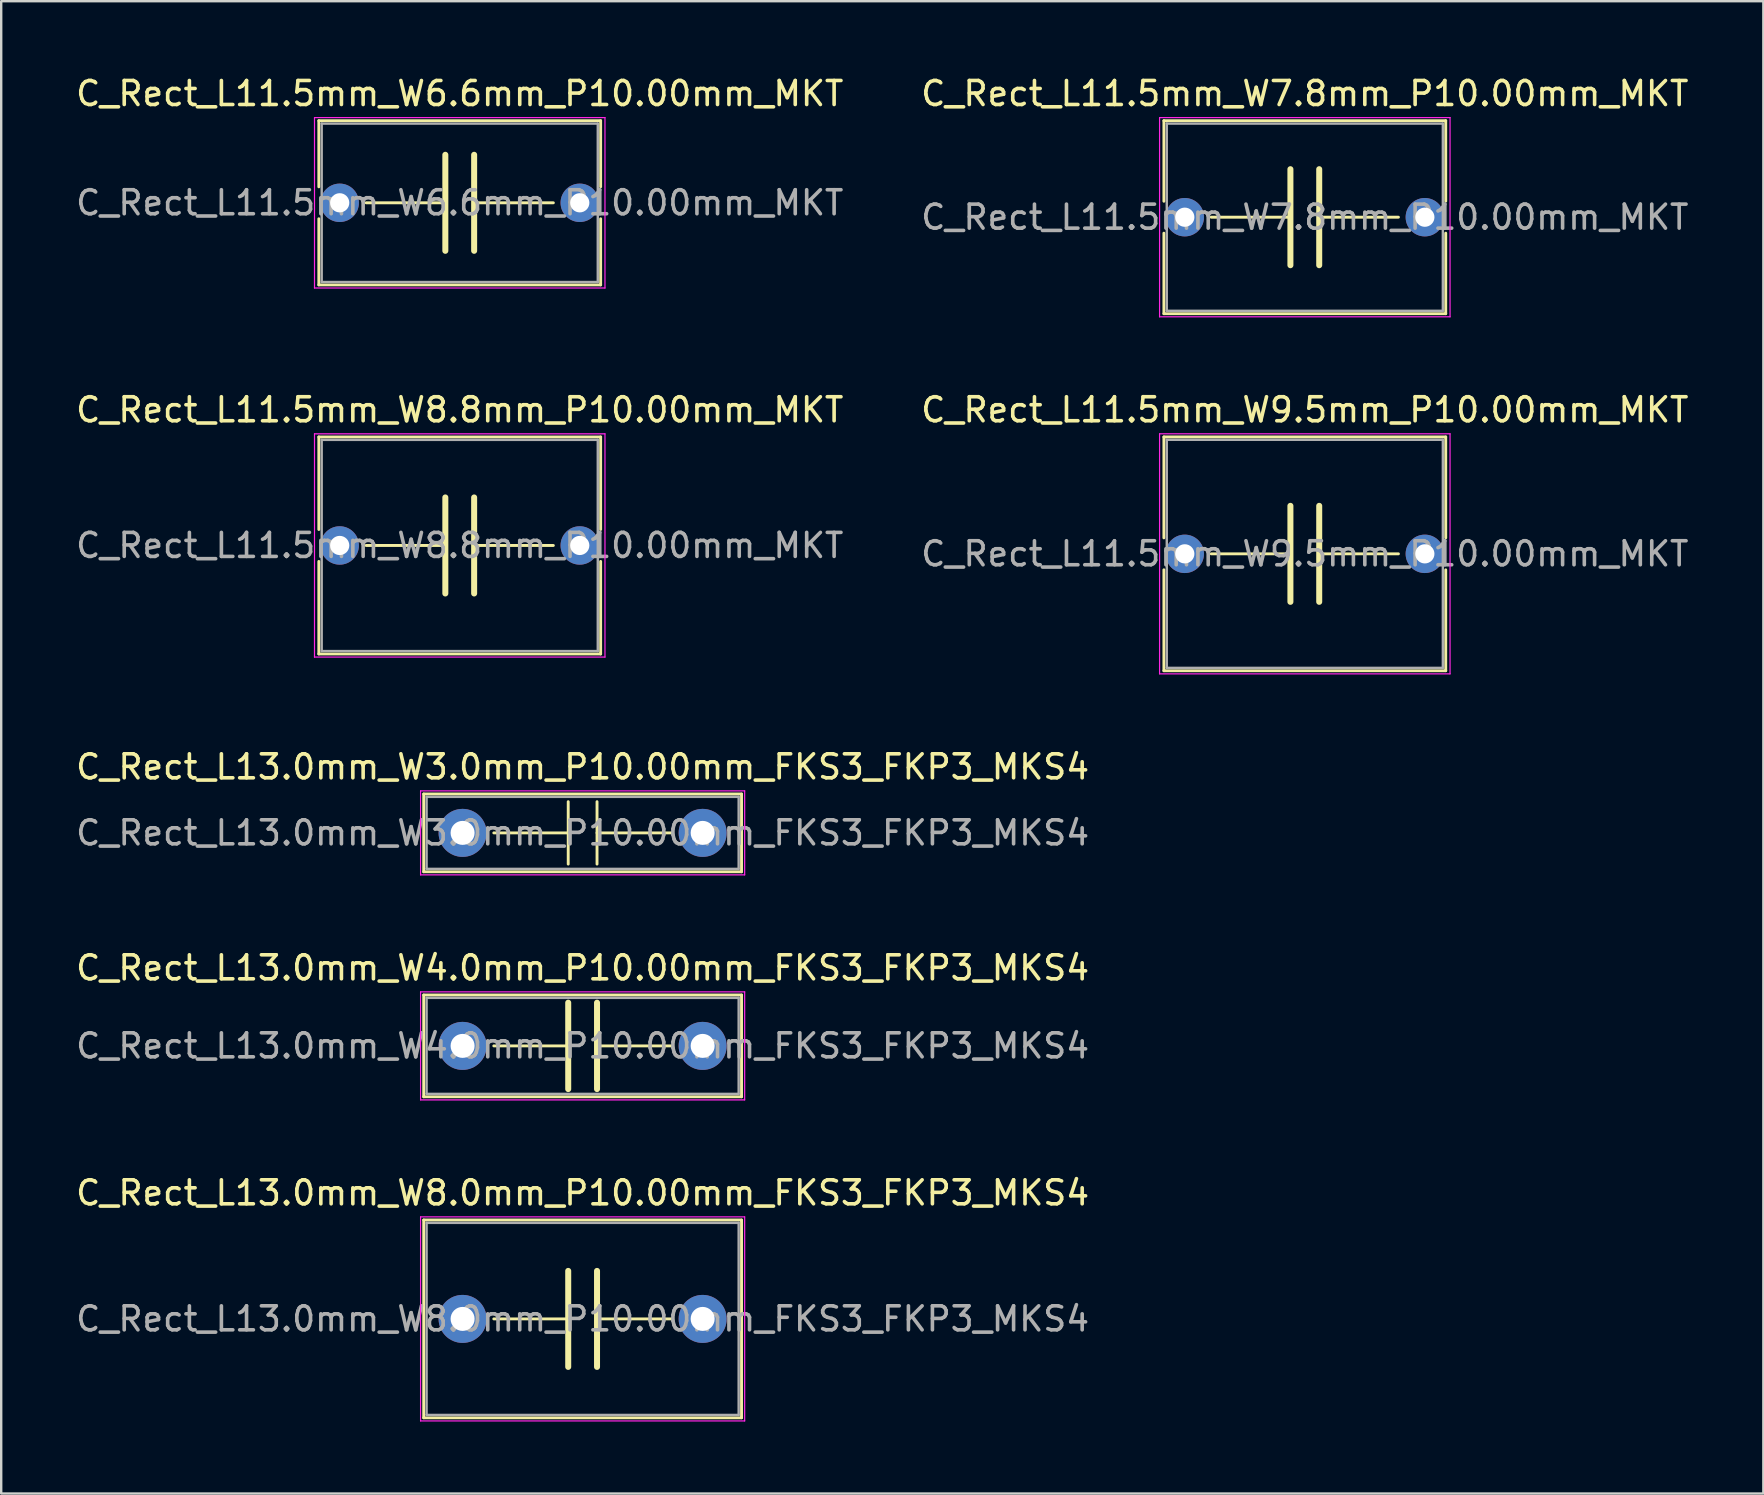
<source format=kicad_pcb>
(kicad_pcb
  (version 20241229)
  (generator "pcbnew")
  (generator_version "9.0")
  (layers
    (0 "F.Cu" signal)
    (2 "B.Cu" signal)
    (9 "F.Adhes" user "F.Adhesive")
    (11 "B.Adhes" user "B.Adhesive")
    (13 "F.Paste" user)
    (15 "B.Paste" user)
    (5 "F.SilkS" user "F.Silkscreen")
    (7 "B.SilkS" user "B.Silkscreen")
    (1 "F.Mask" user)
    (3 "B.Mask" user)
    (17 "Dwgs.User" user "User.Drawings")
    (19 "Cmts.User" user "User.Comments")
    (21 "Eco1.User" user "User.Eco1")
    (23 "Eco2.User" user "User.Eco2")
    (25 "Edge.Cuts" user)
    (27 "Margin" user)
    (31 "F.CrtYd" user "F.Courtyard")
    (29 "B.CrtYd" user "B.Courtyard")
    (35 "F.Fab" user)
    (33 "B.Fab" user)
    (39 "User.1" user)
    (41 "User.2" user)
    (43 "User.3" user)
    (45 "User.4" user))
  (footprint "C_Rect_L11.5mm_W9.5mm_P10.00mm_MKT"
    (layer "F.Cu")
    (at 46.304 20.021)
    (property "Reference" "C_Rect_L11.5mm_W9.5mm_P10.00mm_MKT" (at 5 -6 0) (layer "F.SilkS") (effects (font (size 1 1) (thickness 0.15))))
    (attr through_hole)
    (fp_line (start -0.87 -4.87) (end -0.87 -0.665) (stroke (width 0.12) (type solid)) (layer "F.SilkS"))
    (fp_line (start -0.87 -4.87) (end 10.87 -4.87) (stroke (width 0.12) (type solid)) (layer "F.SilkS"))
    (fp_line (start -0.87 0.665) (end -0.87 4.87) (stroke (width 0.12) (type solid)) (layer "F.SilkS"))
    (fp_line (start -0.87 4.87) (end 10.87 4.87) (stroke (width 0.12) (type solid)) (layer "F.SilkS"))
    (fp_line (start 1.1 0) (end 4.4 0) (stroke (width 0.12) (type solid)) (layer "F.SilkS"))
    (fp_line (start 4.4 2) (end 4.4 -2) (stroke (width 0.25) (type solid)) (layer "F.SilkS"))
    (fp_line (start 5.6 2) (end 5.6 -2) (stroke (width 0.25) (type solid)) (layer "F.SilkS"))
    (fp_line (start 8.9 0) (end 5.6 0) (stroke (width 0.12) (type solid)) (layer "F.SilkS"))
    (fp_line (start 10.87 -4.87) (end 10.87 -0.665) (stroke (width 0.12) (type solid)) (layer "F.SilkS"))
    (fp_line (start 10.87 0.665) (end 10.87 4.87) (stroke (width 0.12) (type solid)) (layer "F.SilkS"))
    (fp_line (start -1.05 -5) (end -1.05 5) (stroke (width 0.05) (type solid)) (layer "F.CrtYd"))
    (fp_line (start -1.05 5) (end 11.05 5) (stroke (width 0.05) (type solid)) (layer "F.CrtYd"))
    (fp_line (start 11.05 -5) (end -1.05 -5) (stroke (width 0.05) (type solid)) (layer "F.CrtYd"))
    (fp_line (start 11.05 5) (end 11.05 -5) (stroke (width 0.05) (type solid)) (layer "F.CrtYd"))
    (fp_line (start -0.75 -4.75) (end -0.75 4.75) (stroke (width 0.1) (type solid)) (layer "F.Fab"))
    (fp_line (start -0.75 4.75) (end 10.75 4.75) (stroke (width 0.1) (type solid)) (layer "F.Fab"))
    (fp_line (start 10.75 -4.75) (end -0.75 -4.75) (stroke (width 0.1) (type solid)) (layer "F.Fab"))
    (fp_line (start 10.75 4.75) (end 10.75 -4.75) (stroke (width 0.1) (type solid)) (layer "F.Fab"))
    (fp_text user "${REFERENCE}" (at 5 0 0) (layer "F.Fab") (effects (font (size 1 1) (thickness 0.15))))
    (pad "1" thru_hole circle (at 0 0) (size 1.6 1.6) (drill 0.8) (layers "*.Cu" "*.Mask"))
    (pad "2" thru_hole circle (at 10 0) (size 1.6 1.6) (drill 0.8) (layers "*.Cu" "*.Mask")))
  (footprint "C_Rect_L11.5mm_W8.8mm_P10.00mm_MKT"
    (layer "F.Cu")
    (at 11.101 19.672)
    (property "Reference" "C_Rect_L11.5mm_W8.8mm_P10.00mm_MKT" (at 5 -5.65 0) (layer "F.SilkS") (effects (font (size 1 1) (thickness 0.15))))
    (attr through_hole)
    (fp_line (start -0.87 -4.52) (end -0.87 -0.665) (stroke (width 0.12) (type solid)) (layer "F.SilkS"))
    (fp_line (start -0.87 -4.52) (end 10.87 -4.52) (stroke (width 0.12) (type solid)) (layer "F.SilkS"))
    (fp_line (start -0.87 0.665) (end -0.87 4.52) (stroke (width 0.12) (type solid)) (layer "F.SilkS"))
    (fp_line (start -0.87 4.52) (end 10.87 4.52) (stroke (width 0.12) (type solid)) (layer "F.SilkS"))
    (fp_line (start 1.1 0) (end 4.4 0) (stroke (width 0.12) (type solid)) (layer "F.SilkS"))
    (fp_line (start 4.4 2) (end 4.4 -2) (stroke (width 0.25) (type solid)) (layer "F.SilkS"))
    (fp_line (start 5.6 2) (end 5.6 -2) (stroke (width 0.25) (type solid)) (layer "F.SilkS"))
    (fp_line (start 8.9 0) (end 5.6 0) (stroke (width 0.12) (type solid)) (layer "F.SilkS"))
    (fp_line (start 10.87 -4.52) (end 10.87 -0.665) (stroke (width 0.12) (type solid)) (layer "F.SilkS"))
    (fp_line (start 10.87 0.665) (end 10.87 4.52) (stroke (width 0.12) (type solid)) (layer "F.SilkS"))
    (fp_line (start -1.05 -4.65) (end -1.05 4.65) (stroke (width 0.05) (type solid)) (layer "F.CrtYd"))
    (fp_line (start -1.05 4.65) (end 11.05 4.65) (stroke (width 0.05) (type solid)) (layer "F.CrtYd"))
    (fp_line (start 11.05 -4.65) (end -1.05 -4.65) (stroke (width 0.05) (type solid)) (layer "F.CrtYd"))
    (fp_line (start 11.05 4.65) (end 11.05 -4.65) (stroke (width 0.05) (type solid)) (layer "F.CrtYd"))
    (fp_line (start -0.75 -4.4) (end -0.75 4.4) (stroke (width 0.1) (type solid)) (layer "F.Fab"))
    (fp_line (start -0.75 4.4) (end 10.75 4.4) (stroke (width 0.1) (type solid)) (layer "F.Fab"))
    (fp_line (start 10.75 -4.4) (end -0.75 -4.4) (stroke (width 0.1) (type solid)) (layer "F.Fab"))
    (fp_line (start 10.75 4.4) (end 10.75 -4.4) (stroke (width 0.1) (type solid)) (layer "F.Fab"))
    (fp_text user "${REFERENCE}" (at 5 0 0) (layer "F.Fab") (effects (font (size 1 1) (thickness 0.15))))
    (pad "1" thru_hole circle (at 0 0) (size 1.6 1.6) (drill 0.8) (layers "*.Cu" "*.Mask"))
    (pad "2" thru_hole circle (at 10 0) (size 1.6 1.6) (drill 0.8) (layers "*.Cu" "*.Mask")))
  (footprint "C_Rect_L11.5mm_W7.8mm_P10.00mm_MKT"
    (layer "F.Cu")
    (at 46.304 5.998)
    (property "Reference" "C_Rect_L11.5mm_W7.8mm_P10.00mm_MKT" (at 5 -5.15 0) (layer "F.SilkS") (effects (font (size 1 1) (thickness 0.15))))
    (attr through_hole)
    (fp_line (start -0.87 -4.02) (end -0.87 -0.665) (stroke (width 0.12) (type solid)) (layer "F.SilkS"))
    (fp_line (start -0.87 -4.02) (end 10.87 -4.02) (stroke (width 0.12) (type solid)) (layer "F.SilkS"))
    (fp_line (start -0.87 0.665) (end -0.87 4.02) (stroke (width 0.12) (type solid)) (layer "F.SilkS"))
    (fp_line (start -0.87 4.02) (end 10.87 4.02) (stroke (width 0.12) (type solid)) (layer "F.SilkS"))
    (fp_line (start 1.1 0) (end 4.4 0) (stroke (width 0.12) (type solid)) (layer "F.SilkS"))
    (fp_line (start 4.4 2) (end 4.4 -2) (stroke (width 0.25) (type solid)) (layer "F.SilkS"))
    (fp_line (start 5.6 2) (end 5.6 -2) (stroke (width 0.25) (type solid)) (layer "F.SilkS"))
    (fp_line (start 8.9 0) (end 5.6 0) (stroke (width 0.12) (type solid)) (layer "F.SilkS"))
    (fp_line (start 10.87 -4.02) (end 10.87 -0.665) (stroke (width 0.12) (type solid)) (layer "F.SilkS"))
    (fp_line (start 10.87 0.665) (end 10.87 4.02) (stroke (width 0.12) (type solid)) (layer "F.SilkS"))
    (fp_line (start -1.05 -4.15) (end -1.05 4.15) (stroke (width 0.05) (type solid)) (layer "F.CrtYd"))
    (fp_line (start -1.05 4.15) (end 11.05 4.15) (stroke (width 0.05) (type solid)) (layer "F.CrtYd"))
    (fp_line (start 11.05 -4.15) (end -1.05 -4.15) (stroke (width 0.05) (type solid)) (layer "F.CrtYd"))
    (fp_line (start 11.05 4.15) (end 11.05 -4.15) (stroke (width 0.05) (type solid)) (layer "F.CrtYd"))
    (fp_line (start -0.75 -3.9) (end -0.75 3.9) (stroke (width 0.1) (type solid)) (layer "F.Fab"))
    (fp_line (start -0.75 3.9) (end 10.75 3.9) (stroke (width 0.1) (type solid)) (layer "F.Fab"))
    (fp_line (start 10.75 -3.9) (end -0.75 -3.9) (stroke (width 0.1) (type solid)) (layer "F.Fab"))
    (fp_line (start 10.75 3.9) (end 10.75 -3.9) (stroke (width 0.1) (type solid)) (layer "F.Fab"))
    (fp_text user "${REFERENCE}" (at 5 0 0) (layer "F.Fab") (effects (font (size 1 1) (thickness 0.15))))
    (pad "1" thru_hole circle (at 0 0) (size 1.6 1.6) (drill 0.8) (layers "*.Cu" "*.Mask"))
    (pad "2" thru_hole circle (at 10 0) (size 1.6 1.6) (drill 0.8) (layers "*.Cu" "*.Mask")))
  (footprint "C_Rect_L13.0mm_W3.0mm_P10.00mm_FKS3_FKP3_MKS4"
    (layer "F.Cu")
    (at 16.22 31.645)
    (property "Reference" "C_Rect_L13.0mm_W3.0mm_P10.00mm_FKS3_FKP3_MKS4" (at 5 -2.75 0) (layer "F.SilkS") (effects (font (size 1 1) (thickness 0.15))))
    (attr through_hole)
    (fp_line (start -1.62 -1.62) (end -1.62 1.62) (stroke (width 0.12) (type solid)) (layer "F.SilkS"))
    (fp_line (start -1.62 -1.62) (end 11.62 -1.62) (stroke (width 0.12) (type solid)) (layer "F.SilkS"))
    (fp_line (start -1.62 1.62) (end 11.62 1.62) (stroke (width 0.12) (type solid)) (layer "F.SilkS"))
    (fp_line (start 1.3 0) (end 4.4 0) (stroke (width 0.12) (type solid)) (layer "F.SilkS"))
    (fp_line (start 4.4 1.3) (end 4.4 -1.3) (stroke (width 0.12) (type solid)) (layer "F.SilkS"))
    (fp_line (start 5.6 1.3) (end 5.6 -1.3) (stroke (width 0.12) (type solid)) (layer "F.SilkS"))
    (fp_line (start 8.7 0) (end 5.6 0) (stroke (width 0.12) (type solid)) (layer "F.SilkS"))
    (fp_line (start 11.62 -1.62) (end 11.62 1.62) (stroke (width 0.12) (type solid)) (layer "F.SilkS"))
    (fp_line (start -1.75 -1.75) (end -1.75 1.75) (stroke (width 0.05) (type solid)) (layer "F.CrtYd"))
    (fp_line (start -1.75 1.75) (end 11.75 1.75) (stroke (width 0.05) (type solid)) (layer "F.CrtYd"))
    (fp_line (start 11.75 -1.75) (end -1.75 -1.75) (stroke (width 0.05) (type solid)) (layer "F.CrtYd"))
    (fp_line (start 11.75 1.75) (end 11.75 -1.75) (stroke (width 0.05) (type solid)) (layer "F.CrtYd"))
    (fp_line (start -1.5 -1.5) (end -1.5 1.5) (stroke (width 0.1) (type solid)) (layer "F.Fab"))
    (fp_line (start -1.5 1.5) (end 11.5 1.5) (stroke (width 0.1) (type solid)) (layer "F.Fab"))
    (fp_line (start 11.5 -1.5) (end -1.5 -1.5) (stroke (width 0.1) (type solid)) (layer "F.Fab"))
    (fp_line (start 11.5 1.5) (end 11.5 -1.5) (stroke (width 0.1) (type solid)) (layer "F.Fab"))
    (fp_text user "${REFERENCE}" (at 5 0 0) (layer "F.Fab") (effects (font (size 1 1) (thickness 0.15))))
    (pad "1" thru_hole circle (at 0 0) (size 2 2) (drill 1) (layers "*.Cu" "*.Mask"))
    (pad "2" thru_hole circle (at 10 0) (size 2 2) (drill 1) (layers "*.Cu" "*.Mask")))
  (footprint "C_Rect_L13.0mm_W8.0mm_P10.00mm_FKS3_FKP3_MKS4"
    (layer "F.Cu")
    (at 16.22 51.891)
    (property "Reference" "C_Rect_L13.0mm_W8.0mm_P10.00mm_FKS3_FKP3_MKS4" (at 5 -5.25 0) (layer "F.SilkS") (effects (font (size 1 1) (thickness 0.15))))
    (attr through_hole)
    (fp_line (start -1.62 -4.12) (end -1.62 4.12) (stroke (width 0.12) (type solid)) (layer "F.SilkS"))
    (fp_line (start -1.62 -4.12) (end 11.62 -4.12) (stroke (width 0.12) (type solid)) (layer "F.SilkS"))
    (fp_line (start -1.62 4.12) (end 11.62 4.12) (stroke (width 0.12) (type solid)) (layer "F.SilkS"))
    (fp_line (start 1.3 0) (end 4.4 0) (stroke (width 0.12) (type solid)) (layer "F.SilkS"))
    (fp_line (start 4.4 2) (end 4.4 -2) (stroke (width 0.25) (type solid)) (layer "F.SilkS"))
    (fp_line (start 5.6 2) (end 5.6 -2) (stroke (width 0.25) (type solid)) (layer "F.SilkS"))
    (fp_line (start 8.7 0) (end 5.6 0) (stroke (width 0.12) (type solid)) (layer "F.SilkS"))
    (fp_line (start 11.62 -4.12) (end 11.62 4.12) (stroke (width 0.12) (type solid)) (layer "F.SilkS"))
    (fp_line (start -1.75 -4.25) (end -1.75 4.25) (stroke (width 0.05) (type solid)) (layer "F.CrtYd"))
    (fp_line (start -1.75 4.25) (end 11.75 4.25) (stroke (width 0.05) (type solid)) (layer "F.CrtYd"))
    (fp_line (start 11.75 -4.25) (end -1.75 -4.25) (stroke (width 0.05) (type solid)) (layer "F.CrtYd"))
    (fp_line (start 11.75 4.25) (end 11.75 -4.25) (stroke (width 0.05) (type solid)) (layer "F.CrtYd"))
    (fp_line (start -1.5 -4) (end -1.5 4) (stroke (width 0.1) (type solid)) (layer "F.Fab"))
    (fp_line (start -1.5 4) (end 11.5 4) (stroke (width 0.1) (type solid)) (layer "F.Fab"))
    (fp_line (start 11.5 -4) (end -1.5 -4) (stroke (width 0.1) (type solid)) (layer "F.Fab"))
    (fp_line (start 11.5 4) (end 11.5 -4) (stroke (width 0.1) (type solid)) (layer "F.Fab"))
    (fp_text user "${REFERENCE}" (at 5 0 0) (layer "F.Fab") (effects (font (size 1 1) (thickness 0.15))))
    (pad "1" thru_hole circle (at 0 0) (size 2 2) (drill 1) (layers "*.Cu" "*.Mask"))
    (pad "2" thru_hole circle (at 10 0) (size 2 2) (drill 1) (layers "*.Cu" "*.Mask")))
  (footprint "C_Rect_L13.0mm_W4.0mm_P10.00mm_FKS3_FKP3_MKS4"
    (layer "F.Cu")
    (at 16.22 40.518)
    (property "Reference" "C_Rect_L13.0mm_W4.0mm_P10.00mm_FKS3_FKP3_MKS4" (at 5 -3.25 0) (layer "F.SilkS") (effects (font (size 1 1) (thickness 0.15))))
    (attr through_hole)
    (fp_line (start -1.62 -2.12) (end -1.62 2.12) (stroke (width 0.12) (type solid)) (layer "F.SilkS"))
    (fp_line (start -1.62 -2.12) (end 11.62 -2.12) (stroke (width 0.12) (type solid)) (layer "F.SilkS"))
    (fp_line (start -1.62 2.12) (end 11.62 2.12) (stroke (width 0.12) (type solid)) (layer "F.SilkS"))
    (fp_line (start 1.3 0) (end 4.4 0) (stroke (width 0.12) (type solid)) (layer "F.SilkS"))
    (fp_line (start 4.4 1.8) (end 4.4 -1.8) (stroke (width 0.25) (type solid)) (layer "F.SilkS"))
    (fp_line (start 5.6 1.8) (end 5.6 -1.8) (stroke (width 0.25) (type solid)) (layer "F.SilkS"))
    (fp_line (start 8.7 0) (end 5.6 0) (stroke (width 0.12) (type solid)) (layer "F.SilkS"))
    (fp_line (start 11.62 -2.12) (end 11.62 2.12) (stroke (width 0.12) (type solid)) (layer "F.SilkS"))
    (fp_line (start -1.75 -2.25) (end -1.75 2.25) (stroke (width 0.05) (type solid)) (layer "F.CrtYd"))
    (fp_line (start -1.75 2.25) (end 11.75 2.25) (stroke (width 0.05) (type solid)) (layer "F.CrtYd"))
    (fp_line (start 11.75 -2.25) (end -1.75 -2.25) (stroke (width 0.05) (type solid)) (layer "F.CrtYd"))
    (fp_line (start 11.75 2.25) (end 11.75 -2.25) (stroke (width 0.05) (type solid)) (layer "F.CrtYd"))
    (fp_line (start -1.5 -2) (end -1.5 2) (stroke (width 0.1) (type solid)) (layer "F.Fab"))
    (fp_line (start -1.5 2) (end 11.5 2) (stroke (width 0.1) (type solid)) (layer "F.Fab"))
    (fp_line (start 11.5 -2) (end -1.5 -2) (stroke (width 0.1) (type solid)) (layer "F.Fab"))
    (fp_line (start 11.5 2) (end 11.5 -2) (stroke (width 0.1) (type solid)) (layer "F.Fab"))
    (fp_text user "${REFERENCE}" (at 5 0 0) (layer "F.Fab") (effects (font (size 1 1) (thickness 0.15))))
    (pad "1" thru_hole circle (at 0 0) (size 2 2) (drill 1) (layers "*.Cu" "*.Mask"))
    (pad "2" thru_hole circle (at 10 0) (size 2 2) (drill 1) (layers "*.Cu" "*.Mask")))
  (footprint "C_Rect_L11.5mm_W6.6mm_P10.00mm_MKT"
    (layer "F.Cu")
    (at 11.101 5.398)
    (property "Reference" "C_Rect_L11.5mm_W6.6mm_P10.00mm_MKT" (at 5 -4.55 0) (layer "F.SilkS") (effects (font (size 1 1) (thickness 0.15))))
    (attr through_hole)
    (fp_line (start -0.87 -3.42) (end -0.87 -0.665) (stroke (width 0.12) (type solid)) (layer "F.SilkS"))
    (fp_line (start -0.87 -3.42) (end 10.87 -3.42) (stroke (width 0.12) (type solid)) (layer "F.SilkS"))
    (fp_line (start -0.87 0.665) (end -0.87 3.42) (stroke (width 0.12) (type solid)) (layer "F.SilkS"))
    (fp_line (start -0.87 3.42) (end 10.87 3.42) (stroke (width 0.12) (type solid)) (layer "F.SilkS"))
    (fp_line (start 1.1 0) (end 4.4 0) (stroke (width 0.12) (type solid)) (layer "F.SilkS"))
    (fp_line (start 4.4 2) (end 4.4 -2) (stroke (width 0.25) (type solid)) (layer "F.SilkS"))
    (fp_line (start 5.6 2) (end 5.6 -2) (stroke (width 0.25) (type solid)) (layer "F.SilkS"))
    (fp_line (start 8.9 0) (end 5.6 0) (stroke (width 0.12) (type solid)) (layer "F.SilkS"))
    (fp_line (start 10.87 -3.42) (end 10.87 -0.665) (stroke (width 0.12) (type solid)) (layer "F.SilkS"))
    (fp_line (start 10.87 0.665) (end 10.87 3.42) (stroke (width 0.12) (type solid)) (layer "F.SilkS"))
    (fp_line (start -1.05 -3.55) (end -1.05 3.55) (stroke (width 0.05) (type solid)) (layer "F.CrtYd"))
    (fp_line (start -1.05 3.55) (end 11.05 3.55) (stroke (width 0.05) (type solid)) (layer "F.CrtYd"))
    (fp_line (start 11.05 -3.55) (end -1.05 -3.55) (stroke (width 0.05) (type solid)) (layer "F.CrtYd"))
    (fp_line (start 11.05 3.55) (end 11.05 -3.55) (stroke (width 0.05) (type solid)) (layer "F.CrtYd"))
    (fp_line (start -0.75 -3.3) (end -0.75 3.3) (stroke (width 0.1) (type solid)) (layer "F.Fab"))
    (fp_line (start -0.75 3.3) (end 10.75 3.3) (stroke (width 0.1) (type solid)) (layer "F.Fab"))
    (fp_line (start 10.75 -3.3) (end -0.75 -3.3) (stroke (width 0.1) (type solid)) (layer "F.Fab"))
    (fp_line (start 10.75 3.3) (end 10.75 -3.3) (stroke (width 0.1) (type solid)) (layer "F.Fab"))
    (fp_text user "${REFERENCE}" (at 5 0 0) (layer "F.Fab") (effects (font (size 1 1) (thickness 0.15))))
    (pad "1" thru_hole circle (at 0 0) (size 1.6 1.6) (drill 0.8) (layers "*.Cu" "*.Mask"))
    (pad "2" thru_hole circle (at 10 0) (size 1.6 1.6) (drill 0.8) (layers "*.Cu" "*.Mask")))
  (gr_rect
    (start -3 -3)
    (end 70.405 59.166)
    (stroke (width 0.1) (type default))
    (fill no)
    (layer "Edge.Cuts")))
</source>
